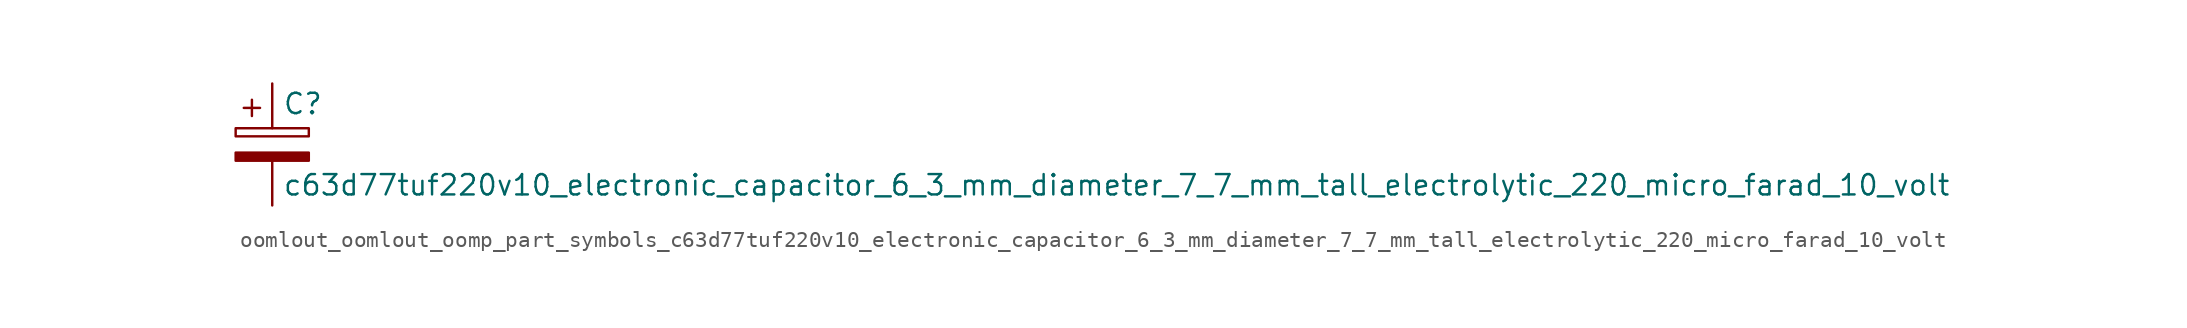
<source format=kicad_sym>
(kicad_symbol_lib
  (version 20220914)
  (generator kicad_symbol_editor)
  (symbol "oomlout_oomlout_oomp_part_symbols_c63d77tuf220v10_electronic_capacitor_6_3_mm_diameter_7_7_mm_tall_electrolytic_220_micro_farad_10_volt"
    (pin_numbers hide)
    (pin_names
      (offset 0.254))
    (property "Reference" "C"
      (at 0.635 2.54 0)
      (effects (font (size 1.27 1.27)) (justify left)))
    (property "Value" "c63d77tuf220v10_electronic_capacitor_6_3_mm_diameter_7_7_mm_tall_electrolytic_220_micro_farad_10_volt"
      (at 0.635 -2.54 0)
      (effects (font (size 1.27 1.27)) (justify left)))
    (symbol "oomlout_oomlout_oomp_part_symbols_c63d77tuf220v10_electronic_capacitor_6_3_mm_diameter_7_7_mm_tall_electrolytic_220_micro_farad_10_volt_0_1"
      (rectangle (start -2.286 0.508) (end 2.286 1.016) (stroke (width 0) (type default)) (fill (type none)))
      (polyline (pts (xy -1.778 2.286) (xy -0.762 2.286)) (stroke (width 0) (type default)) (fill (type none)))
      (polyline (pts (xy -1.27 2.794) (xy -1.27 1.778)) (stroke (width 0) (type default)) (fill (type none)))
      (rectangle (start 2.286 -0.508) (end -2.286 -1.016) (stroke (width 0) (type default)) (fill (type outline))))
    (symbol "oomlout_oomlout_oomp_part_symbols_c63d77tuf220v10_electronic_capacitor_6_3_mm_diameter_7_7_mm_tall_electrolytic_220_micro_farad_10_volt_1_1"
      (pin passive line (at 0 3.81 270) (length 2.794) (name "~" (effects (font (size 1.27 1.27)))) (number "1" (effects (font (size 1.27 1.27)))))
      (pin passive line (at 0 -3.81 90) (length 2.794) (name "~" (effects (font (size 1.27 1.27)))) (number "2" (effects (font (size 1.27 1.27))))))))
</source>
